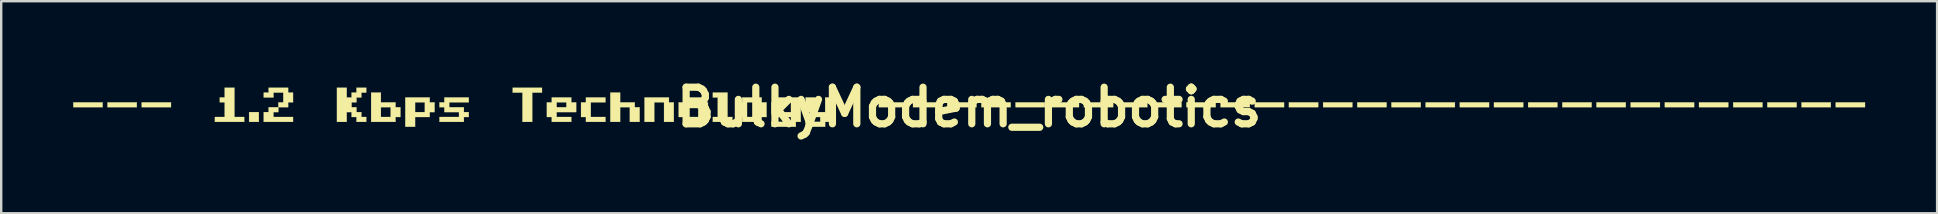
<source format=kicad_pcb>
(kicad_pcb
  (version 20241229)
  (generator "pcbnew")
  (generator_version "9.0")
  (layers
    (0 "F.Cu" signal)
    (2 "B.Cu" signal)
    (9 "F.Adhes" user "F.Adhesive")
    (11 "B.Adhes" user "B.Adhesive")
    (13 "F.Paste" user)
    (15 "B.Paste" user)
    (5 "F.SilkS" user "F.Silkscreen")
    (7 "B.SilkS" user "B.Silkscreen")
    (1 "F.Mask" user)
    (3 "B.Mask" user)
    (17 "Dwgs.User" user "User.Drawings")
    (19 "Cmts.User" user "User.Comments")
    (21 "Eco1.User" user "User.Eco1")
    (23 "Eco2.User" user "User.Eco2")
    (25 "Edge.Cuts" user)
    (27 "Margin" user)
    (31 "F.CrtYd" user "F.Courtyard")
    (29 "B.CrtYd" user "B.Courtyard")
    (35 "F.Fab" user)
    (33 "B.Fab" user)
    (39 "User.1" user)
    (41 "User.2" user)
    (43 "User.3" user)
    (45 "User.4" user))
  (footprint "BulkyModem_robotics"
    (layer "F.Cu")
    (at 37.33 1.418)
    (property "Reference" "BulkyModem_robotics" (at 0 0 0) (layer "F.SilkS") (effects (font (size 1.524 1.524) (thickness 0.3))))
    (attr through_hole)
    (fp_poly (pts (xy -36.104 0) (xy -37.325 0) (xy -37.325 -0.203) (xy -36.104 -0.203) (xy -36.104 0)) (stroke (width 0.01) (type solid)) (fill yes) (layer "F.SilkS"))
    (fp_poly (pts (xy -34.68 0) (xy -35.901 0) (xy -35.901 -0.203) (xy -34.68 -0.203) (xy -34.68 0)) (stroke (width 0.01) (type solid)) (fill yes) (layer "F.SilkS"))
    (fp_poly (pts (xy -33.256 0) (xy -34.477 0) (xy -34.477 -0.203) (xy -33.256 -0.203) (xy -33.256 0)) (stroke (width 0.01) (type solid)) (fill yes) (layer "F.SilkS"))
    (fp_poly (pts (xy -29.595 0.61) (xy -30.002 0.61) (xy -30.002 0.203) (xy -29.595 0.203) (xy -29.595 0.61)) (stroke (width 0.01) (type solid)) (fill yes) (layer "F.SilkS"))
    (fp_poly (pts (xy -2.543 0) (xy -3.763 0) (xy -3.763 -0.203) (xy -2.543 -0.203) (xy -2.543 0)) (stroke (width 0.01) (type solid)) (fill yes) (layer "F.SilkS"))
    (fp_poly (pts (xy -1.119 0) (xy -2.339 0) (xy -2.339 -0.203) (xy -1.119 -0.203) (xy -1.119 0)) (stroke (width 0.01) (type solid)) (fill yes) (layer "F.SilkS"))
    (fp_poly (pts (xy 0.305 0) (xy -0.915 0) (xy -0.915 -0.203) (xy 0.305 -0.203) (xy 0.305 0)) (stroke (width 0.01) (type solid)) (fill yes) (layer "F.SilkS"))
    (fp_poly (pts (xy 1.729 0) (xy 0.509 0) (xy 0.509 -0.203) (xy 1.729 -0.203) (xy 1.729 0)) (stroke (width 0.01) (type solid)) (fill yes) (layer "F.SilkS"))
    (fp_poly (pts (xy 3.153 0) (xy 1.932 0) (xy 1.932 -0.203) (xy 3.153 -0.203) (xy 3.153 0)) (stroke (width 0.01) (type solid)) (fill yes) (layer "F.SilkS"))
    (fp_poly (pts (xy 4.577 0) (xy 3.356 0) (xy 3.356 -0.203) (xy 4.577 -0.203) (xy 4.577 0)) (stroke (width 0.01) (type solid)) (fill yes) (layer "F.SilkS"))
    (fp_poly (pts (xy 6 0) (xy 4.78 0) (xy 4.78 -0.203) (xy 6 -0.203) (xy 6 0)) (stroke (width 0.01) (type solid)) (fill yes) (layer "F.SilkS"))
    (fp_poly (pts (xy 7.424 0) (xy 6.204 0) (xy 6.204 -0.203) (xy 7.424 -0.203) (xy 7.424 0)) (stroke (width 0.01) (type solid)) (fill yes) (layer "F.SilkS"))
    (fp_poly (pts (xy 8.848 0) (xy 7.628 0) (xy 7.628 -0.203) (xy 8.848 -0.203) (xy 8.848 0)) (stroke (width 0.01) (type solid)) (fill yes) (layer "F.SilkS"))
    (fp_poly (pts (xy 10.272 0) (xy 9.051 0) (xy 9.051 -0.203) (xy 10.272 -0.203) (xy 10.272 0)) (stroke (width 0.01) (type solid)) (fill yes) (layer "F.SilkS"))
    (fp_poly (pts (xy 11.696 0) (xy 10.475 0) (xy 10.475 -0.203) (xy 11.696 -0.203) (xy 11.696 0)) (stroke (width 0.01) (type solid)) (fill yes) (layer "F.SilkS"))
    (fp_poly (pts (xy 13.12 0) (xy 11.899 0) (xy 11.899 -0.203) (xy 13.12 -0.203) (xy 13.12 0)) (stroke (width 0.01) (type solid)) (fill yes) (layer "F.SilkS"))
    (fp_poly (pts (xy 14.543 0) (xy 13.323 0) (xy 13.323 -0.203) (xy 14.543 -0.203) (xy 14.543 0)) (stroke (width 0.01) (type solid)) (fill yes) (layer "F.SilkS"))
    (fp_poly (pts (xy 15.967 0) (xy 14.747 0) (xy 14.747 -0.203) (xy 15.967 -0.203) (xy 15.967 0)) (stroke (width 0.01) (type solid)) (fill yes) (layer "F.SilkS"))
    (fp_poly (pts (xy 17.391 0) (xy 16.171 0) (xy 16.171 -0.203) (xy 17.391 -0.203) (xy 17.391 0)) (stroke (width 0.01) (type solid)) (fill yes) (layer "F.SilkS"))
    (fp_poly (pts (xy 18.815 0) (xy 17.594 0) (xy 17.594 -0.203) (xy 18.815 -0.203) (xy 18.815 0)) (stroke (width 0.01) (type solid)) (fill yes) (layer "F.SilkS"))
    (fp_poly (pts (xy 20.239 0) (xy 19.018 0) (xy 19.018 -0.203) (xy 20.239 -0.203) (xy 20.239 0)) (stroke (width 0.01) (type solid)) (fill yes) (layer "F.SilkS"))
    (fp_poly (pts (xy 21.662 0) (xy 20.442 0) (xy 20.442 -0.203) (xy 21.662 -0.203) (xy 21.662 0)) (stroke (width 0.01) (type solid)) (fill yes) (layer "F.SilkS"))
    (fp_poly (pts (xy 23.086 0) (xy 21.866 0) (xy 21.866 -0.203) (xy 23.086 -0.203) (xy 23.086 0)) (stroke (width 0.01) (type solid)) (fill yes) (layer "F.SilkS"))
    (fp_poly (pts (xy 24.51 0) (xy 23.29 0) (xy 23.29 -0.203) (xy 24.51 -0.203) (xy 24.51 0)) (stroke (width 0.01) (type solid)) (fill yes) (layer "F.SilkS"))
    (fp_poly (pts (xy 25.934 0) (xy 24.714 0) (xy 24.714 -0.203) (xy 25.934 -0.203) (xy 25.934 0)) (stroke (width 0.01) (type solid)) (fill yes) (layer "F.SilkS"))
    (fp_poly (pts (xy 27.358 0) (xy 26.137 0) (xy 26.137 -0.203) (xy 27.358 -0.203) (xy 27.358 0)) (stroke (width 0.01) (type solid)) (fill yes) (layer "F.SilkS"))
    (fp_poly (pts (xy 28.782 0) (xy 27.561 0) (xy 27.561 -0.203) (xy 28.782 -0.203) (xy 28.782 0)) (stroke (width 0.01) (type solid)) (fill yes) (layer "F.SilkS"))
    (fp_poly (pts (xy 30.205 0) (xy 28.985 0) (xy 28.985 -0.203) (xy 30.205 -0.203) (xy 30.205 0)) (stroke (width 0.01) (type solid)) (fill yes) (layer "F.SilkS"))
    (fp_poly (pts (xy 31.629 0) (xy 30.409 0) (xy 30.409 -0.203) (xy 31.629 -0.203) (xy 31.629 0)) (stroke (width 0.01) (type solid)) (fill yes) (layer "F.SilkS"))
    (fp_poly (pts (xy 33.053 0) (xy 31.833 0) (xy 31.833 -0.203) (xy 33.053 -0.203) (xy 33.053 0)) (stroke (width 0.01) (type solid)) (fill yes) (layer "F.SilkS"))
    (fp_poly (pts (xy 34.477 0) (xy 33.256 0) (xy 33.256 -0.203) (xy 34.477 -0.203) (xy 34.477 0)) (stroke (width 0.01) (type solid)) (fill yes) (layer "F.SilkS"))
    (fp_poly (pts (xy 35.901 0) (xy 34.68 0) (xy 34.68 -0.203) (xy 35.901 -0.203) (xy 35.901 0)) (stroke (width 0.01) (type solid)) (fill yes) (layer "F.SilkS"))
    (fp_poly (pts (xy 37.325 0) (xy 36.104 0) (xy 36.104 -0.203) (xy 37.325 -0.203) (xy 37.325 0)) (stroke (width 0.01) (type solid)) (fill yes) (layer "F.SilkS"))
    (fp_poly (pts (xy -17.798 -0.61) (xy -18.205 -0.61) (xy -18.205 0.61) (xy -18.611 0.61) (xy -18.611 -0.61) (xy -19.018 -0.61) (xy -19.018 -0.814) (xy -17.798 -0.814) (xy -17.798 -0.61)) (stroke (width 0.01) (type solid)) (fill yes) (layer "F.SilkS"))
    (fp_poly (pts (xy -28.782 0.203) (xy -28.985 0.203) (xy -28.985 0.407) (xy -28.171 0.407) (xy -28.171 0.61) (xy -29.392 0.61) (xy -29.392 0.203) (xy -29.188 0.203) (xy -29.188 0) (xy -28.782 0) (xy -28.782 0.203)) (stroke (width 0.01) (type solid)) (fill yes) (layer "F.SilkS"))
    (fp_poly (pts (xy -12.509 -0.203) (xy -12.306 -0.203) (xy -12.306 0.61) (xy -12.713 0.61) (xy -12.713 -0.203) (xy -13.12 -0.203) (xy -13.12 0.61) (xy -13.526 0.61) (xy -13.526 -0.407) (xy -12.509 -0.407) (xy -12.509 -0.203)) (stroke (width 0.01) (type solid)) (fill yes) (layer "F.SilkS"))
    (fp_poly (pts (xy -10.068 0.407) (xy -9.865 0.407) (xy -9.865 0.61) (xy -10.679 0.61) (xy -10.679 0.407) (xy -10.475 0.407) (xy -10.475 -0.407) (xy -10.679 -0.407) (xy -10.679 -0.61) (xy -10.068 -0.61) (xy -10.068 0.407)) (stroke (width 0.01) (type solid)) (fill yes) (layer "F.SilkS"))
    (fp_poly (pts (xy -30.612 0.407) (xy -30.205 0.407) (xy -30.205 0.61) (xy -31.426 0.61) (xy -31.426 0.407) (xy -31.019 0.407) (xy -31.019 -0.203) (xy -31.222 -0.203) (xy -31.222 -0.407) (xy -31.019 -0.407) (xy -31.019 -0.814) (xy -30.612 -0.814) (xy -30.612 0.407)) (stroke (width 0.01) (type solid)) (fill yes) (layer "F.SilkS"))
    (fp_poly (pts (xy -15.154 -0.203) (xy -15.764 -0.203) (xy -15.764 0.407) (xy -15.154 0.407) (xy -15.154 0.61) (xy -15.967 0.61) (xy -15.967 0.407) (xy -16.171 0.407) (xy -16.171 -0.203) (xy -15.967 -0.203) (xy -15.967 -0.407) (xy -15.154 -0.407) (xy -15.154 -0.203)) (stroke (width 0.01) (type solid)) (fill yes) (layer "F.SilkS"))
    (fp_poly (pts (xy -14.543 -0.203) (xy -13.933 -0.203) (xy -13.933 0) (xy -13.73 0) (xy -13.73 0.61) (xy -14.137 0.61) (xy -14.137 0) (xy -14.543 0) (xy -14.543 0.61) (xy -14.95 0.61) (xy -14.95 -0.61) (xy -14.543 -0.61) (xy -14.543 -0.203)) (stroke (width 0.01) (type solid)) (fill yes) (layer "F.SilkS"))
    (fp_poly (pts (xy -28.782 -0.203) (xy -28.578 -0.203) (xy -28.578 -0.61) (xy -28.985 -0.61) (xy -28.985 -0.407) (xy -29.392 -0.407) (xy -29.392 -0.61) (xy -29.188 -0.61) (xy -29.188 -0.814) (xy -28.375 -0.814) (xy -28.375 -0.61) (xy -28.171 -0.61) (xy -28.171 -0.203) (xy -28.375 -0.203) (xy -28.375 0) (xy -28.782 0) (xy -28.782 -0.203)) (stroke (width 0.01) (type solid)) (fill yes) (layer "F.SilkS"))
    (fp_poly (pts (xy -24.51 -0.203) (xy -23.9 -0.203) (xy -23.9 0) (xy -23.696 0) (xy -23.696 0.407) (xy -23.9 0.407) (xy -23.9 0.61) (xy -24.917 0.61) (xy -24.917 0) (xy -24.51 0) (xy -24.51 0.407) (xy -24.103 0.407) (xy -24.103 0) (xy -24.51 0) (xy -24.917 0) (xy -24.917 -0.61) (xy -24.51 -0.61) (xy -24.51 -0.203)) (stroke (width 0.01) (type solid)) (fill yes) (layer "F.SilkS"))
    (fp_poly (pts (xy -22.476 -0.203) (xy -22.273 -0.203) (xy -22.273 0.203) (xy -22.476 0.203) (xy -22.476 0.407) (xy -23.086 0.407) (xy -23.086 0.814) (xy -23.493 0.814) (xy -23.493 -0.203) (xy -23.086 -0.203) (xy -23.086 0.203) (xy -22.679 0.203) (xy -22.679 -0.203) (xy -23.086 -0.203) (xy -23.493 -0.203) (xy -23.493 -0.407) (xy -22.476 -0.407) (xy -22.476 -0.203)) (stroke (width 0.01) (type solid)) (fill yes) (layer "F.SilkS"))
    (fp_poly (pts (xy -11.085 -0.203) (xy -10.882 -0.203) (xy -10.882 0.407) (xy -11.085 0.407) (xy -11.085 0.61) (xy -11.899 0.61) (xy -11.899 0.407) (xy -12.103 0.407) (xy -12.103 -0.203) (xy -11.899 -0.203) (xy -11.696 -0.203) (xy -11.696 0.407) (xy -11.289 0.407) (xy -11.289 -0.203) (xy -11.696 -0.203) (xy -11.899 -0.203) (xy -11.899 -0.407) (xy -11.085 -0.407) (xy -11.085 -0.203)) (stroke (width 0.01) (type solid)) (fill yes) (layer "F.SilkS"))
    (fp_poly (pts (xy -8.645 -0.203) (xy -8.441 -0.203) (xy -8.441 0.407) (xy -8.645 0.407) (xy -8.645 0.61) (xy -9.458 0.61) (xy -9.458 0.407) (xy -9.662 0.407) (xy -9.662 -0.203) (xy -9.458 -0.203) (xy -9.255 -0.203) (xy -9.255 0.407) (xy -8.848 0.407) (xy -8.848 -0.203) (xy -9.255 -0.203) (xy -9.458 -0.203) (xy -9.458 -0.407) (xy -8.645 -0.407) (xy -8.645 -0.203)) (stroke (width 0.01) (type solid)) (fill yes) (layer "F.SilkS"))
    (fp_poly (pts (xy -6.407 0.203) (xy -6 0.203) (xy -6 -0.407) (xy -5.594 -0.407) (xy -5.594 0.407) (xy -5.797 0.407) (xy -5.797 0.61) (xy -6 0.61) (xy -6 0.814) (xy -6.814 0.814) (xy -6.814 0.61) (xy -6.204 0.61) (xy -6.204 0.407) (xy -6.611 0.407) (xy -6.611 0.203) (xy -6.814 0.203) (xy -6.814 -0.407) (xy -6.407 -0.407) (xy -6.407 0.203)) (stroke (width 0.01) (type solid)) (fill yes) (layer "F.SilkS"))
    (fp_poly (pts (xy -20.849 -0.203) (xy -21.662 -0.203) (xy -21.662 0) (xy -21.052 0) (xy -21.052 0.203) (xy -20.849 0.203) (xy -20.849 0.407) (xy -21.052 0.407) (xy -21.052 0.61) (xy -22.069 0.61) (xy -22.069 0.407) (xy -21.256 0.407) (xy -21.256 0.203) (xy -21.866 0.203) (xy -21.866 0) (xy -22.069 0) (xy -22.069 -0.203) (xy -21.866 -0.203) (xy -21.866 -0.407) (xy -20.849 -0.407) (xy -20.849 -0.203)) (stroke (width 0.01) (type solid)) (fill yes) (layer "F.SilkS"))
    (fp_poly (pts (xy -16.577 -0.203) (xy -16.374 -0.203) (xy -16.374 0.203) (xy -17.188 0.203) (xy -17.188 0.407) (xy -16.577 0.407) (xy -16.577 0.61) (xy -17.391 0.61) (xy -17.391 0.407) (xy -17.594 0.407) (xy -17.594 -0.203) (xy -17.391 -0.203) (xy -17.188 -0.203) (xy -17.188 0) (xy -16.781 0) (xy -16.781 -0.203) (xy -17.188 -0.203) (xy -17.391 -0.203) (xy -17.391 -0.407) (xy -16.577 -0.407) (xy -16.577 -0.203)) (stroke (width 0.01) (type solid)) (fill yes) (layer "F.SilkS"))
    (fp_poly (pts (xy -7.017 0.61) (xy -7.221 0.61) (xy -7.221 0.814) (xy -8.238 0.814) (xy -8.238 0.61) (xy -7.424 0.61) (xy -7.424 0.407) (xy -8.034 0.407) (xy -8.034 0.203) (xy -8.238 0.203) (xy -8.238 -0.203) (xy -8.034 -0.203) (xy -7.831 -0.203) (xy -7.831 0.203) (xy -7.424 0.203) (xy -7.424 -0.203) (xy -7.831 -0.203) (xy -8.034 -0.203) (xy -8.034 -0.407) (xy -7.017 -0.407) (xy -7.017 0.61)) (stroke (width 0.01) (type solid)) (fill yes) (layer "F.SilkS"))
    (fp_poly (pts (xy -25.934 -0.407) (xy -25.731 -0.407) (xy -25.731 -0.61) (xy -25.527 -0.61) (xy -25.527 -0.814) (xy -25.12 -0.814) (xy -25.12 -0.61) (xy -25.324 -0.61) (xy -25.324 -0.407) (xy -25.527 -0.407) (xy -25.527 -0.203) (xy -25.731 -0.203) (xy -25.731 0) (xy -25.527 0) (xy -25.527 0.203) (xy -25.324 0.203) (xy -25.324 0.407) (xy -25.12 0.407) (xy -25.12 0.61) (xy -25.527 0.61) (xy -25.527 0.407) (xy -25.731 0.407) (xy -25.731 0.203) (xy -25.934 0.203) (xy -25.934 0.61) (xy -26.341 0.61) (xy -26.341 -0.814) (xy -25.934 -0.814) (xy -25.934 -0.407)) (stroke (width 0.01) (type solid)) (fill yes) (layer "F.SilkS")))
  (gr_rect
    (start -3 -3)
    (end 77.659 5.836)
    (stroke (width 0.1) (type default))
    (fill no)
    (layer "Edge.Cuts")))
</source>
